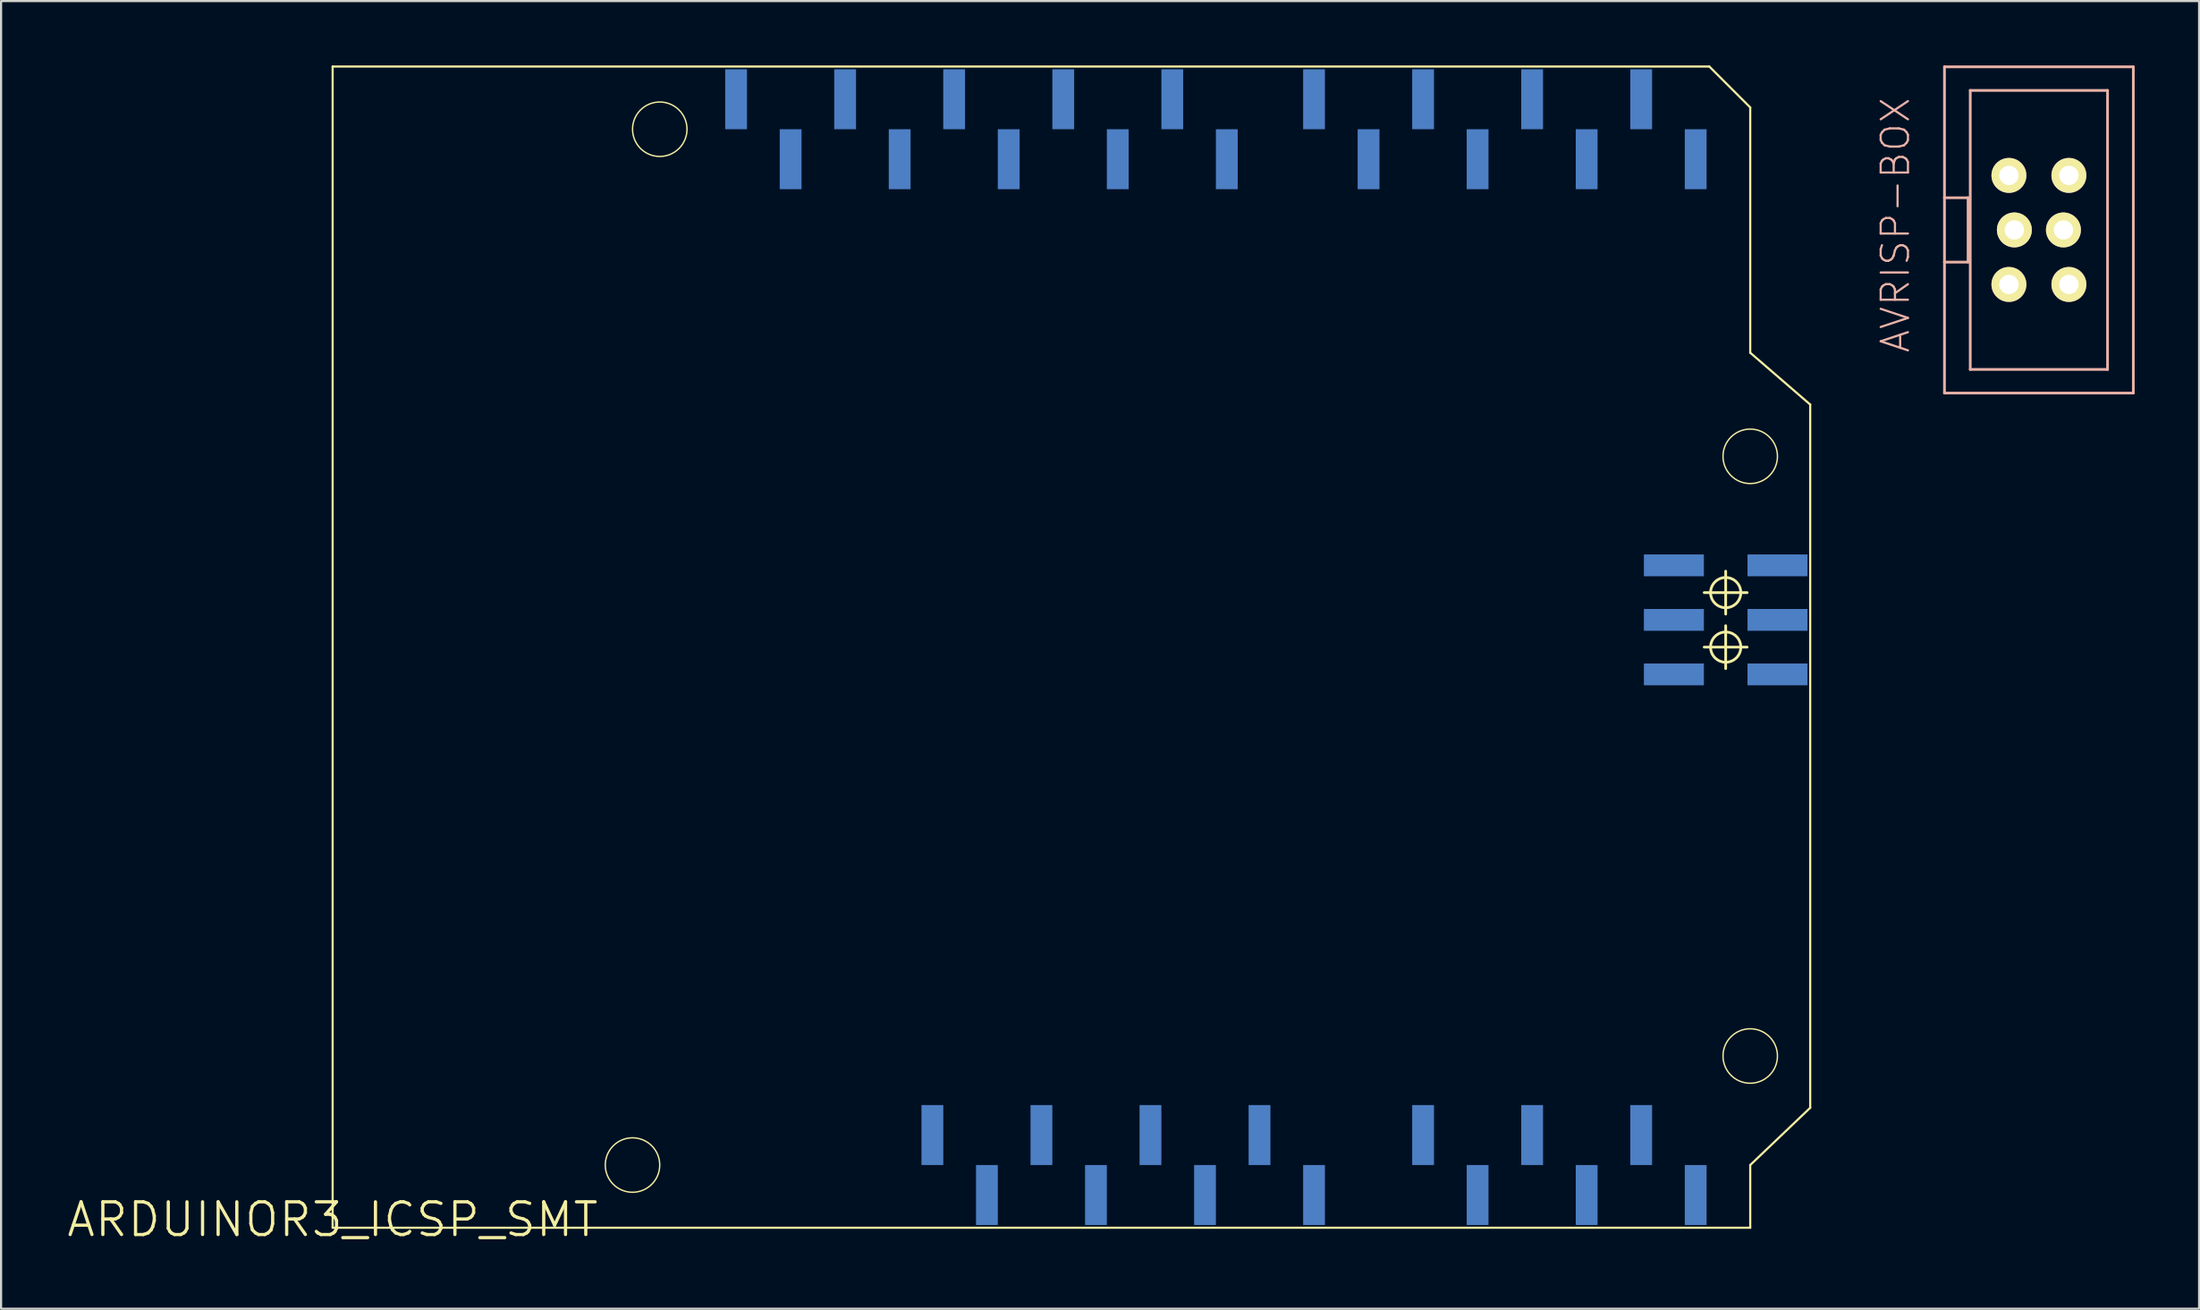
<source format=kicad_pcb>
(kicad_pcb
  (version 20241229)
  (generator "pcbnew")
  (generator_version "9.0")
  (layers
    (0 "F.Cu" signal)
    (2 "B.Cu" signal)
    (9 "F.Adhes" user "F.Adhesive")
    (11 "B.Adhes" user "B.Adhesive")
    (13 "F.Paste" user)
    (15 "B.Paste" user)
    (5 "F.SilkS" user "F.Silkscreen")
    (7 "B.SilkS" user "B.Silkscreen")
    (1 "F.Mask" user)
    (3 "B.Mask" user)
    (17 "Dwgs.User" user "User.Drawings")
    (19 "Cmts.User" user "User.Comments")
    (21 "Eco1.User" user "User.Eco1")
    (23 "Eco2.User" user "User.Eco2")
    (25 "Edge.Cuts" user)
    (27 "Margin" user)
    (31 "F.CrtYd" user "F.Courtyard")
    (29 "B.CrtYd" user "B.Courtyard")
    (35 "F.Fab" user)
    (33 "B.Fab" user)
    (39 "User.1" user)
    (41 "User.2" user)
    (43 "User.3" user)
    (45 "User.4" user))
  (footprint "AVRISP-BOX"
    (layer "F.Cu")
    (at 91.934 7.663)
    (property "Reference" "AVRISP-BOX" (at -6.683 -0.226 90) (layer "B.SilkS") (effects (font (size 1.27 1.27) (thickness 0.102))))
    (attr exclude_from_pos_files exclude_from_bom)
    (fp_line (start -4.399 -7.6) (end 4.399 -7.6) (stroke (width 0.127) (type solid)) (layer "B.SilkS"))
    (fp_line (start -4.399 -1.499) (end -4.399 -7.6) (stroke (width 0.127) (type solid)) (layer "B.SilkS"))
    (fp_line (start -4.399 -1.499) (end -3.299 -1.499) (stroke (width 0.127) (type solid)) (layer "B.SilkS"))
    (fp_line (start -4.399 1.499) (end -4.399 -1.499) (stroke (width 0.127) (type solid)) (layer "B.SilkS"))
    (fp_line (start -4.399 7.6) (end -4.399 1.499) (stroke (width 0.127) (type solid)) (layer "B.SilkS"))
    (fp_line (start -3.299 -1.499) (end -3.299 1.499) (stroke (width 0.127) (type solid)) (layer "B.SilkS"))
    (fp_line (start -3.299 1.499) (end -4.399 1.499) (stroke (width 0.127) (type solid)) (layer "B.SilkS"))
    (fp_line (start -3.198 -6.5) (end 3.198 -6.5) (stroke (width 0.127) (type solid)) (layer "B.SilkS"))
    (fp_line (start -3.198 6.5) (end -3.198 -6.5) (stroke (width 0.127) (type solid)) (layer "B.SilkS"))
    (fp_line (start 3.198 -6.5) (end 3.198 6.5) (stroke (width 0.127) (type solid)) (layer "B.SilkS"))
    (fp_line (start 3.198 6.5) (end -3.198 6.5) (stroke (width 0.127) (type solid)) (layer "B.SilkS"))
    (fp_line (start 4.399 -7.6) (end 4.399 7.6) (stroke (width 0.127) (type solid)) (layer "B.SilkS"))
    (fp_line (start 4.399 7.6) (end -4.399 7.6) (stroke (width 0.127) (type solid)) (layer "B.SilkS"))
    (pad "1" thru_hole circle (at -1.397 -2.54) (size 1.626 1.626) (drill 0.899) (layers "*.Cu" "F.Mask" "F.SilkS" "F.Paste"))
    (pad "2" thru_hole circle (at 1.397 -2.54) (size 1.626 1.626) (drill 0.899) (layers "*.Cu" "F.Mask" "F.SilkS" "F.Paste"))
    (pad "3" thru_hole circle (at -1.143 0) (size 1.626 1.626) (drill 0.899) (layers "*.Cu" "F.Mask" "F.SilkS" "F.Paste"))
    (pad "4" thru_hole circle (at 1.143 0) (size 1.626 1.626) (drill 0.899) (layers "*.Cu" "F.Mask" "F.SilkS" "F.Paste"))
    (pad "5" thru_hole circle (at -1.397 2.54) (size 1.626 1.626) (drill 0.899) (layers "*.Cu" "F.Mask" "F.SilkS" "F.Paste"))
    (pad "6" thru_hole circle (at 1.397 2.54) (size 1.626 1.626) (drill 0.899) (layers "*.Cu" "F.Mask" "F.SilkS" "F.Paste")))
  (footprint "ARDUINOR3_ICSP_SMT"
    (layer "F.Cu")
    (at 12.446 53.771)
    (property "Reference" "ARDUINOR3_ICSP_SMT" (at 0 0 0) (layer "F.SilkS") (effects (font (size 1.524 1.524) (thickness 0.15))))
    (attr smd)
    (fp_line (start 0 -53.721) (end 0 0.381) (stroke (width 0.1) (type solid)) (layer "F.SilkS"))
    (fp_line (start 0 0.381) (end 66.04 0.381) (stroke (width 0.1) (type solid)) (layer "F.SilkS"))
    (fp_line (start 63.896 -29.21) (end 65.895 -29.21) (stroke (width 0.127) (type solid)) (layer "F.SilkS"))
    (fp_line (start 63.896 -26.67) (end 65.895 -26.67) (stroke (width 0.127) (type solid)) (layer "F.SilkS"))
    (fp_line (start 64.135 -53.721) (end 0 -53.721) (stroke (width 0.1) (type solid)) (layer "F.SilkS"))
    (fp_line (start 64.897 -28.209) (end 64.897 -30.208) (stroke (width 0.127) (type solid)) (layer "F.SilkS"))
    (fp_line (start 64.897 -25.669) (end 64.897 -27.668) (stroke (width 0.127) (type solid)) (layer "F.SilkS"))
    (fp_line (start 66.04 -51.816) (end 64.135 -53.721) (stroke (width 0.1) (type solid)) (layer "F.SilkS"))
    (fp_line (start 66.04 -40.386) (end 66.04 -51.816) (stroke (width 0.1) (type solid)) (layer "F.SilkS"))
    (fp_line (start 66.04 -2.54) (end 68.834 -5.207) (stroke (width 0.1) (type solid)) (layer "F.SilkS"))
    (fp_line (start 66.04 0.381) (end 66.04 -2.54) (stroke (width 0.1) (type solid)) (layer "F.SilkS"))
    (fp_line (start 68.834 -37.973) (end 66.04 -40.386) (stroke (width 0.1) (type solid)) (layer "F.SilkS"))
    (fp_line (start 68.834 -5.207) (end 68.834 -37.973) (stroke (width 0.1) (type solid)) (layer "F.SilkS"))
    (fp_circle (center 13.97 -2.54) (end 14.867 -3.437) (stroke (width 0.064) (type solid)) (fill no) (layer "F.SilkS"))
    (fp_circle (center 15.24 -50.8) (end 16.137 -51.697) (stroke (width 0.064) (type solid)) (fill no) (layer "F.SilkS"))
    (fp_circle (center 64.897 -29.21) (end 65.395 -29.708) (stroke (width 0.127) (type solid)) (fill no) (layer "F.SilkS"))
    (fp_circle (center 64.897 -26.67) (end 65.395 -27.168) (stroke (width 0.127) (type solid)) (fill no) (layer "F.SilkS"))
    (fp_circle (center 66.04 -35.56) (end 66.937 -36.457) (stroke (width 0.064) (type solid)) (fill no) (layer "F.SilkS"))
    (fp_circle (center 66.04 -7.62) (end 66.937 -8.517) (stroke (width 0.064) (type solid)) (fill no) (layer "F.SilkS"))
    (pad "3V" smd rect (at 35.56 -1.143 90) (size 2.794 1.016) (layers "B.Cu" "B.Mask"))
    (pad "5V" smd rect (at 38.1 -3.937 90) (size 2.794 1.016) (layers "B.Cu" "B.Mask"))
    (pad "5V_I" smd rect (at 67.31 -30.48 180) (size 2.794 1.016) (layers "B.Cu" "B.Mask"))
    (pad "A0" smd rect (at 50.8 -3.937 90) (size 2.794 1.016) (layers "B.Cu" "B.Mask"))
    (pad "A1" smd rect (at 53.34 -1.143 90) (size 2.794 1.016) (layers "B.Cu" "B.Mask"))
    (pad "A2" smd rect (at 55.88 -3.937 90) (size 2.794 1.016) (layers "B.Cu" "B.Mask"))
    (pad "A3" smd rect (at 58.42 -1.143 90) (size 2.794 1.016) (layers "B.Cu" "B.Mask"))
    (pad "A4" smd rect (at 60.96 -3.937 90) (size 2.794 1.016) (layers "B.Cu" "B.Mask"))
    (pad "A5" smd rect (at 63.5 -1.143 90) (size 2.794 1.016) (layers "B.Cu" "B.Mask"))
    (pad "AREF" smd rect (at 23.876 -52.197 90) (size 2.794 1.016) (layers "B.Cu" "B.Mask"))
    (pad "D0" smd rect (at 63.5 -49.403 270) (size 2.794 1.016) (layers "B.Cu" "B.Mask"))
    (pad "D1" smd rect (at 60.96 -52.197 270) (size 2.794 1.016) (layers "B.Cu" "B.Mask"))
    (pad "D2" smd rect (at 58.42 -49.403 270) (size 2.794 1.016) (layers "B.Cu" "B.Mask"))
    (pad "D3" smd rect (at 55.88 -52.197 270) (size 2.794 1.016) (layers "B.Cu" "B.Mask"))
    (pad "D4" smd rect (at 53.34 -49.403 270) (size 2.794 1.016) (layers "B.Cu" "B.Mask"))
    (pad "D5" smd rect (at 50.8 -52.197 270) (size 2.794 1.016) (layers "B.Cu" "B.Mask"))
    (pad "D6" smd rect (at 48.26 -49.403 270) (size 2.794 1.016) (layers "B.Cu" "B.Mask"))
    (pad "D7" smd rect (at 45.72 -52.197 270) (size 2.794 1.016) (layers "B.Cu" "B.Mask"))
    (pad "D8" smd rect (at 41.656 -49.403 90) (size 2.794 1.016) (layers "B.Cu" "B.Mask"))
    (pad "D9" smd rect (at 39.116 -52.197 90) (size 2.794 1.016) (layers "B.Cu" "B.Mask"))
    (pad "D10" smd rect (at 36.576 -49.403 90) (size 2.794 1.016) (layers "B.Cu" "B.Mask"))
    (pad "D11" smd rect (at 34.036 -52.197 90) (size 2.794 1.016) (layers "B.Cu" "B.Mask"))
    (pad "D12" smd rect (at 31.496 -49.403 90) (size 2.794 1.016) (layers "B.Cu" "B.Mask"))
    (pad "D13" smd rect (at 28.953 -52.197 90) (size 2.794 1.016) (layers "B.Cu" "B.Mask"))
    (pad "GND" smd rect (at 26.416 -49.403 90) (size 2.794 1.016) (layers "B.Cu" "B.Mask"))
    (pad "GND@" smd rect (at 40.64 -1.143 90) (size 2.794 1.016) (layers "B.Cu" "B.Mask"))
    (pad "GND@" smd rect (at 43.18 -3.937 90) (size 2.794 1.016) (layers "B.Cu" "B.Mask"))
    (pad "GND@" smd rect (at 67.31 -25.4 180) (size 2.794 1.016) (layers "B.Cu" "B.Mask"))
    (pad "IORE" smd rect (at 30.48 -1.143 90) (size 2.794 1.016) (layers "B.Cu" "B.Mask"))
    (pad "MISO" smd rect (at 62.484 -30.48 180) (size 2.794 1.016) (layers "B.Cu" "B.Mask"))
    (pad "MOSI" smd rect (at 67.31 -27.94 180) (size 2.794 1.016) (layers "B.Cu" "B.Mask"))
    (pad "RESE" smd rect (at 27.94 -3.937 90) (size 2.794 1.016) (layers "B.Cu" "B.Mask"))
    (pad "RESE" smd rect (at 33.02 -3.937 90) (size 2.794 1.016) (layers "B.Cu" "B.Mask"))
    (pad "RESE" smd rect (at 62.484 -25.4 180) (size 2.794 1.016) (layers "B.Cu" "B.Mask"))
    (pad "SCK" smd rect (at 62.484 -27.94 180) (size 2.794 1.016) (layers "B.Cu" "B.Mask"))
    (pad "SCL" smd rect (at 18.796 -52.197 90) (size 2.794 1.016) (layers "B.Cu" "B.Mask"))
    (pad "SDA" smd rect (at 21.336 -49.403 90) (size 2.794 1.016) (layers "B.Cu" "B.Mask"))
    (pad "VIN" smd rect (at 45.72 -1.143 90) (size 2.794 1.016) (layers "B.Cu" "B.Mask")))
  (gr_rect
    (start -3 -3)
    (end 99.397 57.926)
    (stroke (width 0.1) (type default))
    (fill no)
    (layer "Edge.Cuts")))
</source>
